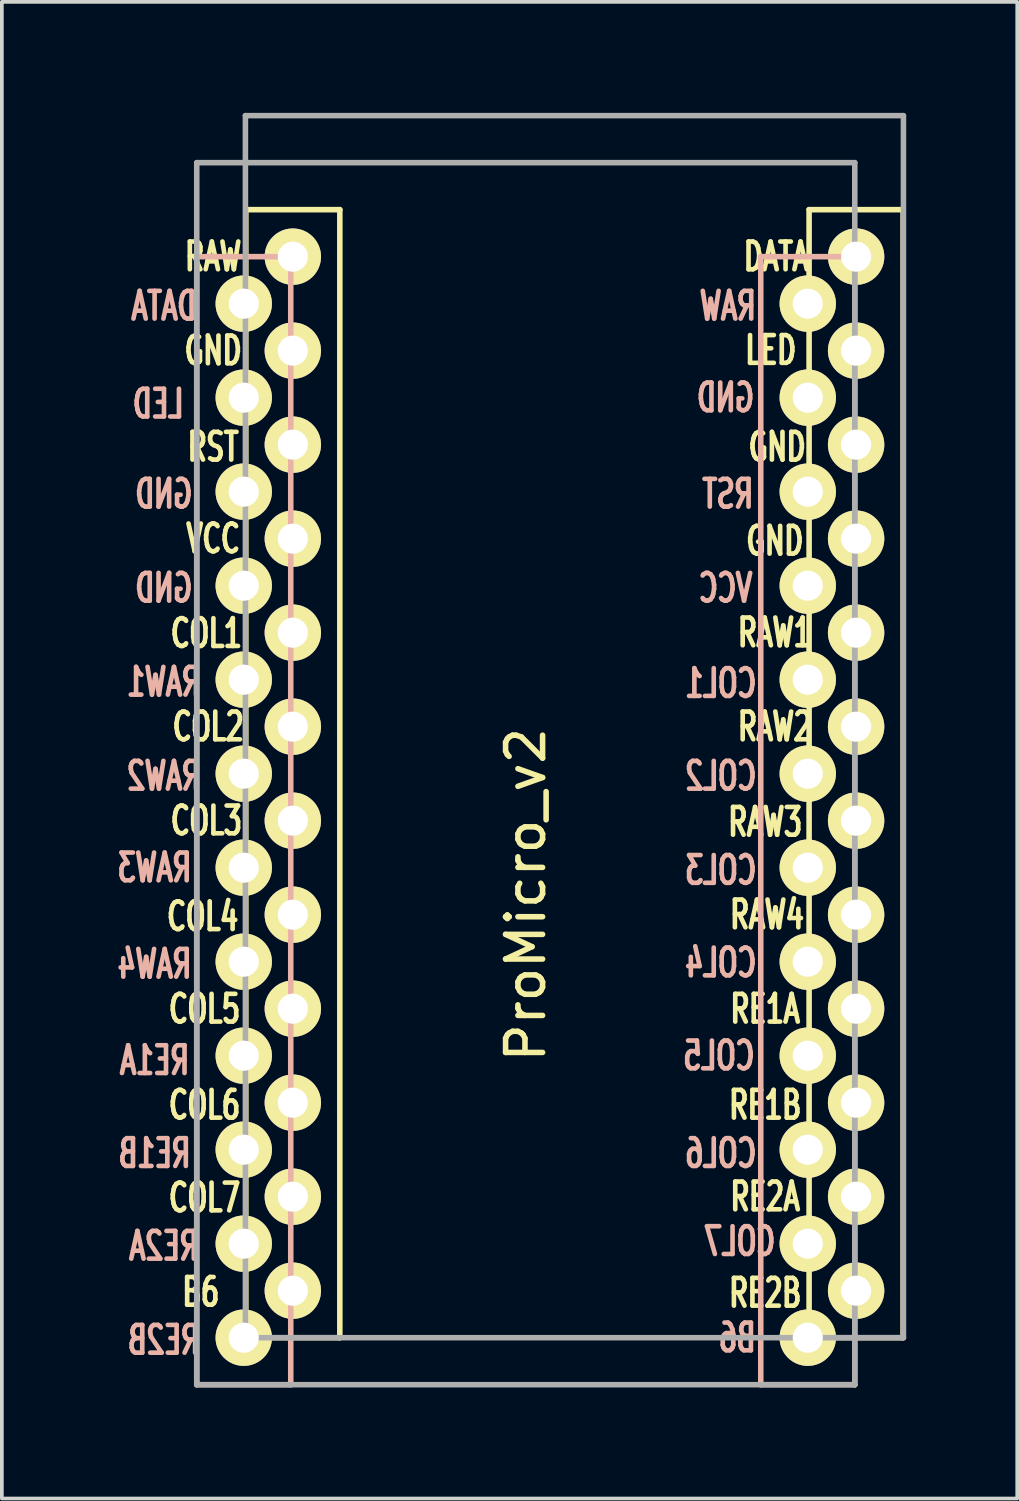
<source format=kicad_pcb>
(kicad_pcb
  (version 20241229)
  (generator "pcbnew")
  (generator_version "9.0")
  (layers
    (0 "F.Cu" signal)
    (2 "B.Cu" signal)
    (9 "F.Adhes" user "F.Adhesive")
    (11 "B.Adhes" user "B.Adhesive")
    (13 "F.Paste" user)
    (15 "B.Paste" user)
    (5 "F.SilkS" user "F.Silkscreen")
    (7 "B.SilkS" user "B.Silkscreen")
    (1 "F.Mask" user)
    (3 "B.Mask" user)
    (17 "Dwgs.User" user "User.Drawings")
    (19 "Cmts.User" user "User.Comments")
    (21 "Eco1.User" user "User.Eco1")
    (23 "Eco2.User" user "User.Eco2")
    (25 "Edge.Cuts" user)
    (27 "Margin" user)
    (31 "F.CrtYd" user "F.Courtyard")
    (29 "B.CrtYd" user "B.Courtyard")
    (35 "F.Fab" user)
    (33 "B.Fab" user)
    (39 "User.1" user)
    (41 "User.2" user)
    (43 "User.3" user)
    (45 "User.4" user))
  (footprint "ProMicro_v2"
    (layer "F.Cu")
    (at 12.426 18.363)
    (property "Reference" "ProMicro_v2" (at -1.27 2.762 270) (layer "F.SilkS") (effects (font (size 1 1) (thickness 0.15))))
    (attr through_hole)
    (fp_line (start -8.834 -15.748) (end -6.294 -15.748) (stroke (width 0.15) (type solid)) (layer "F.SilkS"))
    (fp_line (start -8.834 14.732) (end -8.834 -15.748) (stroke (width 0.15) (type solid)) (layer "F.SilkS"))
    (fp_line (start -6.294 -15.748) (end -6.294 14.732) (stroke (width 0.15) (type solid)) (layer "F.SilkS"))
    (fp_line (start -6.294 14.732) (end -8.834 14.732) (stroke (width 0.15) (type solid)) (layer "F.SilkS"))
    (fp_line (start 6.386 -15.748) (end 8.926 -15.748) (stroke (width 0.15) (type solid)) (layer "F.SilkS"))
    (fp_line (start 6.386 14.732) (end 6.386 -15.748) (stroke (width 0.15) (type solid)) (layer "F.SilkS"))
    (fp_line (start 8.926 -15.748) (end 8.926 14.732) (stroke (width 0.15) (type solid)) (layer "F.SilkS"))
    (fp_line (start 8.926 14.732) (end 6.386 14.732) (stroke (width 0.15) (type solid)) (layer "F.SilkS"))
    (fp_line (start -10.16 -14.478) (end -7.62 -14.478) (stroke (width 0.15) (type solid)) (layer "B.SilkS"))
    (fp_line (start -10.16 16.002) (end -10.16 -14.478) (stroke (width 0.15) (type solid)) (layer "B.SilkS"))
    (fp_line (start -7.62 -14.478) (end -7.62 16.002) (stroke (width 0.15) (type solid)) (layer "B.SilkS"))
    (fp_line (start -7.62 16.002) (end -10.16 16.002) (stroke (width 0.15) (type solid)) (layer "B.SilkS"))
    (fp_line (start 5.08 -14.478) (end 7.62 -14.478) (stroke (width 0.15) (type solid)) (layer "B.SilkS"))
    (fp_line (start 5.08 16.002) (end 5.08 -14.478) (stroke (width 0.15) (type solid)) (layer "B.SilkS"))
    (fp_line (start 7.62 -14.478) (end 7.62 16.002) (stroke (width 0.15) (type solid)) (layer "B.SilkS"))
    (fp_line (start 7.62 16.002) (end 5.08 16.002) (stroke (width 0.15) (type solid)) (layer "B.SilkS"))
    (fp_line (start -10.16 -17.018) (end 7.62 -17.018) (stroke (width 0.15) (type solid)) (layer "F.Fab"))
    (fp_line (start -10.16 16.002) (end -10.16 -17.018) (stroke (width 0.15) (type solid)) (layer "F.Fab"))
    (fp_line (start -8.845 -18.288) (end 8.935 -18.288) (stroke (width 0.15) (type solid)) (layer "F.Fab"))
    (fp_line (start -8.845 14.732) (end -8.845 -18.288) (stroke (width 0.15) (type solid)) (layer "F.Fab"))
    (fp_line (start 7.62 -17.018) (end 7.62 16.002) (stroke (width 0.15) (type solid)) (layer "F.Fab"))
    (fp_line (start 7.62 16.002) (end -10.16 16.002) (stroke (width 0.15) (type solid)) (layer "F.Fab"))
    (fp_line (start 8.935 -18.288) (end 8.935 14.732) (stroke (width 0.15) (type solid)) (layer "F.Fab"))
    (fp_line (start 8.935 14.732) (end -8.845 14.732) (stroke (width 0.15) (type solid)) (layer "F.Fab"))
    (fp_text user "VCC" (at -9.716 -6.858 0) (unlocked yes) (layer "F.SilkS") (effects (font (size 0.75 0.5) (thickness 0.125))))
    (fp_text user "DATA" (at 5.5 -14.478 0) (unlocked yes) (layer "F.SilkS") (effects (font (size 0.75 0.5) (thickness 0.125))))
    (fp_text user "GND" (at 5.461 -6.795 0) (unlocked yes) (layer "F.SilkS") (effects (font (size 0.75 0.5) (thickness 0.125))))
    (fp_text user "LED" (at 5.35 -11.95 0) (unlocked yes) (layer "F.SilkS") (effects (font (size 0.75 0.5) (thickness 0.125))))
    (fp_text user "RE1B" (at 5.2 8.445 0) (unlocked yes) (layer "F.SilkS") (effects (font (size 0.75 0.5) (thickness 0.125))))
    (fp_text user "RE2A" (at 5.2 10.922 0) (unlocked yes) (layer "F.SilkS") (effects (font (size 0.75 0.5) (thickness 0.125))))
    (fp_text user "COL1" (at -9.9 -4.3 0) (unlocked yes) (layer "F.SilkS") (effects (font (size 0.75 0.5) (thickness 0.125))))
    (fp_text user "RAW2" (at 5.461 -1.778 0) (unlocked yes) (layer "F.SilkS") (effects (font (size 0.75 0.5) (thickness 0.125))))
    (fp_text user "COL7" (at -9.95 10.95 0) (layer "F.SilkS") (effects (font (size 0.75 0.5) (thickness 0.125))))
    (fp_text user "RE1A" (at 5.2 5.85 0) (unlocked yes) (layer "F.SilkS") (effects (font (size 0.75 0.5) (thickness 0.125))))
    (fp_text user "RAW" (at -9.716 -14.478 0) (unlocked yes) (layer "F.SilkS") (effects (font (size 0.75 0.5) (thickness 0.125))))
    (fp_text user "GND" (at 5.524 -9.335 0) (unlocked yes) (layer "F.SilkS") (effects (font (size 0.75 0.5) (thickness 0.125))))
    (fp_text user "RAW4" (at 5.25 3.302 0) (unlocked yes) (layer "F.SilkS") (effects (font (size 0.75 0.5) (thickness 0.125))))
    (fp_text user "RST" (at -9.716 -9.335 0) (unlocked yes) (layer "F.SilkS") (effects (font (size 0.75 0.5) (thickness 0.125))))
    (fp_text user "RAW3" (at 5.2 0.8 0) (unlocked yes) (layer "F.SilkS") (effects (font (size 0.75 0.5) (thickness 0.125))))
    (fp_text user "COL3" (at -9.9 0.762 0) (unlocked yes) (layer "F.SilkS") (effects (font (size 0.75 0.5) (thickness 0.125))))
    (fp_text user "B6" (at -10.05 13.5 0) (layer "F.SilkS") (effects (font (size 0.75 0.5) (thickness 0.125))))
    (fp_text user "COL5" (at -9.95 5.85 0) (unlocked yes) (layer "F.SilkS") (effects (font (size 0.75 0.5) (thickness 0.125))))
    (fp_text user "" (at -0.5 -17.25 0) (layer "F.SilkS") (effects (font (size 1 1) (thickness 0.15))))
    (fp_text user "COL6" (at -9.95 8.445 180) (layer "F.SilkS") (effects (font (size 0.75 0.5) (thickness 0.125))))
    (fp_text user "RAW1" (at 5.461 -4.318 0) (unlocked yes) (layer "F.SilkS") (effects (font (size 0.75 0.5) (thickness 0.125))))
    (fp_text user "COL4" (at -10 3.35 0) (unlocked yes) (layer "F.SilkS") (effects (font (size 0.75 0.5) (thickness 0.125))))
    (fp_text user "COL2" (at -9.85 -1.778 0) (unlocked yes) (layer "F.SilkS") (effects (font (size 0.75 0.5) (thickness 0.125))))
    (fp_text user "GND" (at -9.716 -11.938 0) (unlocked yes) (layer "F.SilkS") (effects (font (size 0.75 0.5) (thickness 0.125))))
    (fp_text user "RE2B" (at 5.2 13.525 0) (unlocked yes) (layer "F.SilkS") (effects (font (size 0.75 0.5) (thickness 0.125))))
    (fp_text user "RST" (at 4.191 -8.065 0) (unlocked yes) (layer "B.SilkS") (effects (font (size 0.75 0.5) (thickness 0.125)) (justify mirror)))
    (fp_text user "COL5" (at 3.95 7.112 0) (unlocked yes) (layer "B.SilkS") (effects (font (size 0.75 0.5) (thickness 0.125)) (justify mirror)))
    (fp_text user "COL1" (at 4 -2.95 0) (unlocked yes) (layer "B.SilkS") (effects (font (size 0.75 0.5) (thickness 0.125)) (justify mirror)))
    (fp_text user "GND" (at -11.049 -8.065 0) (unlocked yes) (layer "B.SilkS") (effects (font (size 0.75 0.5) (thickness 0.125)) (justify mirror)))
    (fp_text user "RAW" (at 4.191 -13.145 0) (unlocked yes) (layer "B.SilkS") (effects (font (size 0.75 0.5) (thickness 0.125)) (justify mirror)))
    (fp_text user "GND" (at -11.049 -5.524 0) (unlocked yes) (layer "B.SilkS") (effects (font (size 0.75 0.5) (thickness 0.125)) (justify mirror)))
    (fp_text user "RAW1" (at -11.049 -2.985 0) (unlocked yes) (layer "B.SilkS") (effects (font (size 0.75 0.5) (thickness 0.125)) (justify mirror)))
    (fp_text user "" (at -1.206 -16.256 0) (layer "B.SilkS") (effects (font (size 1 1) (thickness 0.15)) (justify mirror)))
    (fp_text user "DATA" (at -11.049 -13.145 0) (unlocked yes) (layer "B.SilkS") (effects (font (size 0.75 0.5) (thickness 0.125)) (justify mirror)))
    (fp_text user "COL4" (at 4 4.6 0) (unlocked yes) (layer "B.SilkS") (effects (font (size 0.75 0.5) (thickness 0.125)) (justify mirror)))
    (fp_text user "RAW3" (at -11.3 2.032 0) (unlocked yes) (layer "B.SilkS") (effects (font (size 0.75 0.5) (thickness 0.125)) (justify mirror)))
    (fp_text user "RE1B" (at -11.3 9.75 0) (unlocked yes) (layer "B.SilkS") (effects (font (size 0.75 0.5) (thickness 0.125)) (justify mirror)))
    (fp_text user "RAW4" (at -11.3 4.636 0) (unlocked yes) (layer "B.SilkS") (effects (font (size 0.75 0.5) (thickness 0.125)) (justify mirror)))
    (fp_text user "RE1A" (at -11.3 7.239 0) (unlocked yes) (layer "B.SilkS") (effects (font (size 0.75 0.5) (thickness 0.125)) (justify mirror)))
    (fp_text user "VCC" (at 4.128 -5.524 0) (unlocked yes) (layer "B.SilkS") (effects (font (size 0.75 0.5) (thickness 0.125)) (justify mirror)))
    (fp_text user "COL6" (at 4 9.75 0) (unlocked yes) (layer "B.SilkS") (effects (font (size 0.75 0.5) (thickness 0.125)) (justify mirror)))
    (fp_text user "GND" (at 4.128 -10.668 0) (unlocked yes) (layer "B.SilkS") (effects (font (size 0.75 0.5) (thickness 0.125)) (justify mirror)))
    (fp_text user "COL2" (at 4 -0.445 0) (unlocked yes) (layer "B.SilkS") (effects (font (size 0.75 0.5) (thickness 0.125)) (justify mirror)))
    (fp_text user "RE2B" (at -11.049 14.796 0) (unlocked yes) (layer "B.SilkS") (effects (font (size 0.75 0.5) (thickness 0.125)) (justify mirror)))
    (fp_text user "RAW2" (at -11.049 -0.445 0) (unlocked yes) (layer "B.SilkS") (effects (font (size 0.75 0.5) (thickness 0.125)) (justify mirror)))
    (fp_text user "B6" (at 4.445 14.732 0) (unlocked yes) (layer "B.SilkS") (effects (font (size 0.75 0.5) (thickness 0.125)) (justify mirror)))
    (fp_text user "COL7" (at 4.508 12.129 0) (unlocked yes) (layer "B.SilkS") (effects (font (size 0.75 0.5) (thickness 0.125)) (justify mirror)))
    (fp_text user "LED" (at -11.2 -10.5 0) (unlocked yes) (layer "B.SilkS") (effects (font (size 0.75 0.5) (thickness 0.125)) (justify mirror)))
    (fp_text user "COL3" (at 4 2.1 0) (unlocked yes) (layer "B.SilkS") (effects (font (size 0.75 0.5) (thickness 0.125)) (justify mirror)))
    (fp_text user "RE2A" (at -11.049 12.255 0) (unlocked yes) (layer "B.SilkS") (effects (font (size 0.75 0.5) (thickness 0.125)) (justify mirror)))
    (pad "1" thru_hole circle (at -8.89 -13.208) (size 1.524 1.524) (drill 0.813) (layers "*.Cu" "*.Mask" "F.SilkS"))
    (pad "1" thru_hole circle (at 7.656 -14.478) (size 1.524 1.524) (drill 0.813) (layers "*.Cu" "*.Mask" "F.SilkS"))
    (pad "2" thru_hole circle (at -8.89 -10.668) (size 1.524 1.524) (drill 0.813) (layers "*.Cu" "*.Mask" "F.SilkS"))
    (pad "2" thru_hole circle (at 7.656 -11.938) (size 1.524 1.524) (drill 0.813) (layers "*.Cu" "*.Mask" "F.SilkS"))
    (pad "3" thru_hole circle (at -8.89 -8.128) (size 1.524 1.524) (drill 0.813) (layers "*.Cu" "*.Mask" "F.SilkS"))
    (pad "3" thru_hole circle (at 7.656 -9.398) (size 1.524 1.524) (drill 0.813) (layers "*.Cu" "*.Mask" "F.SilkS"))
    (pad "4" thru_hole circle (at -8.89 -5.588) (size 1.524 1.524) (drill 0.813) (layers "*.Cu" "*.Mask" "F.SilkS"))
    (pad "4" thru_hole circle (at 7.656 -6.858) (size 1.524 1.524) (drill 0.813) (layers "*.Cu" "*.Mask" "F.SilkS"))
    (pad "5" thru_hole circle (at -8.89 -3.048) (size 1.524 1.524) (drill 0.813) (layers "*.Cu" "*.Mask" "F.SilkS"))
    (pad "5" thru_hole circle (at 7.656 -4.318) (size 1.524 1.524) (drill 0.813) (layers "*.Cu" "*.Mask" "F.SilkS"))
    (pad "6" thru_hole circle (at -8.89 -0.508) (size 1.524 1.524) (drill 0.813) (layers "*.Cu" "*.Mask" "F.SilkS"))
    (pad "6" thru_hole circle (at 7.656 -1.778) (size 1.524 1.524) (drill 0.813) (layers "*.Cu" "*.Mask" "F.SilkS"))
    (pad "7" thru_hole circle (at -8.89 2.032) (size 1.524 1.524) (drill 0.813) (layers "*.Cu" "*.Mask" "F.SilkS"))
    (pad "7" thru_hole circle (at 7.656 0.762) (size 1.524 1.524) (drill 0.813) (layers "*.Cu" "*.Mask" "F.SilkS"))
    (pad "8" thru_hole circle (at -8.89 4.572) (size 1.524 1.524) (drill 0.813) (layers "*.Cu" "*.Mask" "F.SilkS"))
    (pad "8" thru_hole circle (at 7.656 3.302) (size 1.524 1.524) (drill 0.813) (layers "*.Cu" "*.Mask" "F.SilkS"))
    (pad "9" thru_hole circle (at -8.89 7.112) (size 1.524 1.524) (drill 0.813) (layers "*.Cu" "*.Mask" "F.SilkS"))
    (pad "9" thru_hole circle (at 7.656 5.842) (size 1.524 1.524) (drill 0.813) (layers "*.Cu" "*.Mask" "F.SilkS"))
    (pad "10" thru_hole circle (at -8.89 9.652) (size 1.524 1.524) (drill 0.813) (layers "*.Cu" "*.Mask" "F.SilkS"))
    (pad "10" thru_hole circle (at 7.656 8.382) (size 1.524 1.524) (drill 0.813) (layers "*.Cu" "*.Mask" "F.SilkS"))
    (pad "11" thru_hole circle (at -8.89 12.192) (size 1.524 1.524) (drill 0.813) (layers "*.Cu" "*.Mask" "F.SilkS"))
    (pad "11" thru_hole circle (at 7.656 10.922) (size 1.524 1.524) (drill 0.813) (layers "*.Cu" "*.Mask" "F.SilkS"))
    (pad "12" thru_hole circle (at -8.89 14.732) (size 1.524 1.524) (drill 0.813) (layers "*.Cu" "*.Mask" "F.SilkS"))
    (pad "12" thru_hole circle (at 7.656 13.462) (size 1.524 1.524) (drill 0.813) (layers "*.Cu" "*.Mask" "F.SilkS"))
    (pad "13" thru_hole circle (at -7.564 13.462) (size 1.524 1.524) (drill 0.813) (layers "*.Cu" "*.Mask" "F.SilkS"))
    (pad "13" thru_hole circle (at 6.35 14.732) (size 1.524 1.524) (drill 0.813) (layers "*.Cu" "*.Mask" "F.SilkS"))
    (pad "14" thru_hole circle (at -7.564 10.922) (size 1.524 1.524) (drill 0.813) (layers "*.Cu" "*.Mask" "F.SilkS"))
    (pad "14" thru_hole circle (at 6.35 12.192) (size 1.524 1.524) (drill 0.813) (layers "*.Cu" "*.Mask" "F.SilkS"))
    (pad "15" thru_hole circle (at -7.564 8.382) (size 1.524 1.524) (drill 0.813) (layers "*.Cu" "*.Mask" "F.SilkS"))
    (pad "15" thru_hole circle (at 6.35 9.652) (size 1.524 1.524) (drill 0.813) (layers "*.Cu" "*.Mask" "F.SilkS"))
    (pad "16" thru_hole circle (at -7.564 5.842) (size 1.524 1.524) (drill 0.813) (layers "*.Cu" "*.Mask" "F.SilkS"))
    (pad "16" thru_hole circle (at 6.35 7.112) (size 1.524 1.524) (drill 0.813) (layers "*.Cu" "*.Mask" "F.SilkS"))
    (pad "17" thru_hole circle (at -7.564 3.302) (size 1.524 1.524) (drill 0.813) (layers "*.Cu" "*.Mask" "F.SilkS"))
    (pad "17" thru_hole circle (at 6.35 4.572) (size 1.524 1.524) (drill 0.813) (layers "*.Cu" "*.Mask" "F.SilkS"))
    (pad "18" thru_hole circle (at -7.564 0.762) (size 1.524 1.524) (drill 0.813) (layers "*.Cu" "*.Mask" "F.SilkS"))
    (pad "18" thru_hole circle (at 6.35 2.032) (size 1.524 1.524) (drill 0.813) (layers "*.Cu" "*.Mask" "F.SilkS"))
    (pad "19" thru_hole circle (at -7.564 -1.778) (size 1.524 1.524) (drill 0.813) (layers "*.Cu" "*.Mask" "F.SilkS"))
    (pad "19" thru_hole circle (at 6.35 -0.508) (size 1.524 1.524) (drill 0.813) (layers "*.Cu" "*.Mask" "F.SilkS"))
    (pad "20" thru_hole circle (at -7.564 -4.318) (size 1.524 1.524) (drill 0.813) (layers "*.Cu" "*.Mask" "F.SilkS"))
    (pad "20" thru_hole circle (at 6.35 -3.048) (size 1.524 1.524) (drill 0.813) (layers "*.Cu" "*.Mask" "F.SilkS"))
    (pad "21" thru_hole circle (at -7.564 -6.858) (size 1.524 1.524) (drill 0.813) (layers "*.Cu" "*.Mask" "F.SilkS"))
    (pad "21" thru_hole circle (at 6.35 -5.588) (size 1.524 1.524) (drill 0.813) (layers "*.Cu" "*.Mask" "F.SilkS"))
    (pad "22" thru_hole circle (at -7.564 -9.398) (size 1.524 1.524) (drill 0.813) (layers "*.Cu" "*.Mask" "F.SilkS"))
    (pad "22" thru_hole circle (at 6.35 -8.128) (size 1.524 1.524) (drill 0.813) (layers "*.Cu" "*.Mask" "F.SilkS"))
    (pad "23" thru_hole circle (at -7.564 -11.938) (size 1.524 1.524) (drill 0.813) (layers "*.Cu" "*.Mask" "F.SilkS"))
    (pad "23" thru_hole circle (at 6.35 -10.668) (size 1.524 1.524) (drill 0.813) (layers "*.Cu" "*.Mask" "F.SilkS"))
    (pad "24" thru_hole circle (at -7.564 -14.478) (size 1.524 1.524) (drill 0.813) (layers "*.Cu" "*.Mask" "F.SilkS"))
    (pad "24" thru_hole circle (at 6.35 -13.208) (size 1.524 1.524) (drill 0.813) (layers "*.Cu" "*.Mask" "F.SilkS")))
  (gr_rect
    (start -3 -3)
    (end 24.436 37.44)
    (stroke (width 0.1) (type default))
    (fill no)
    (layer "Edge.Cuts")))
</source>
